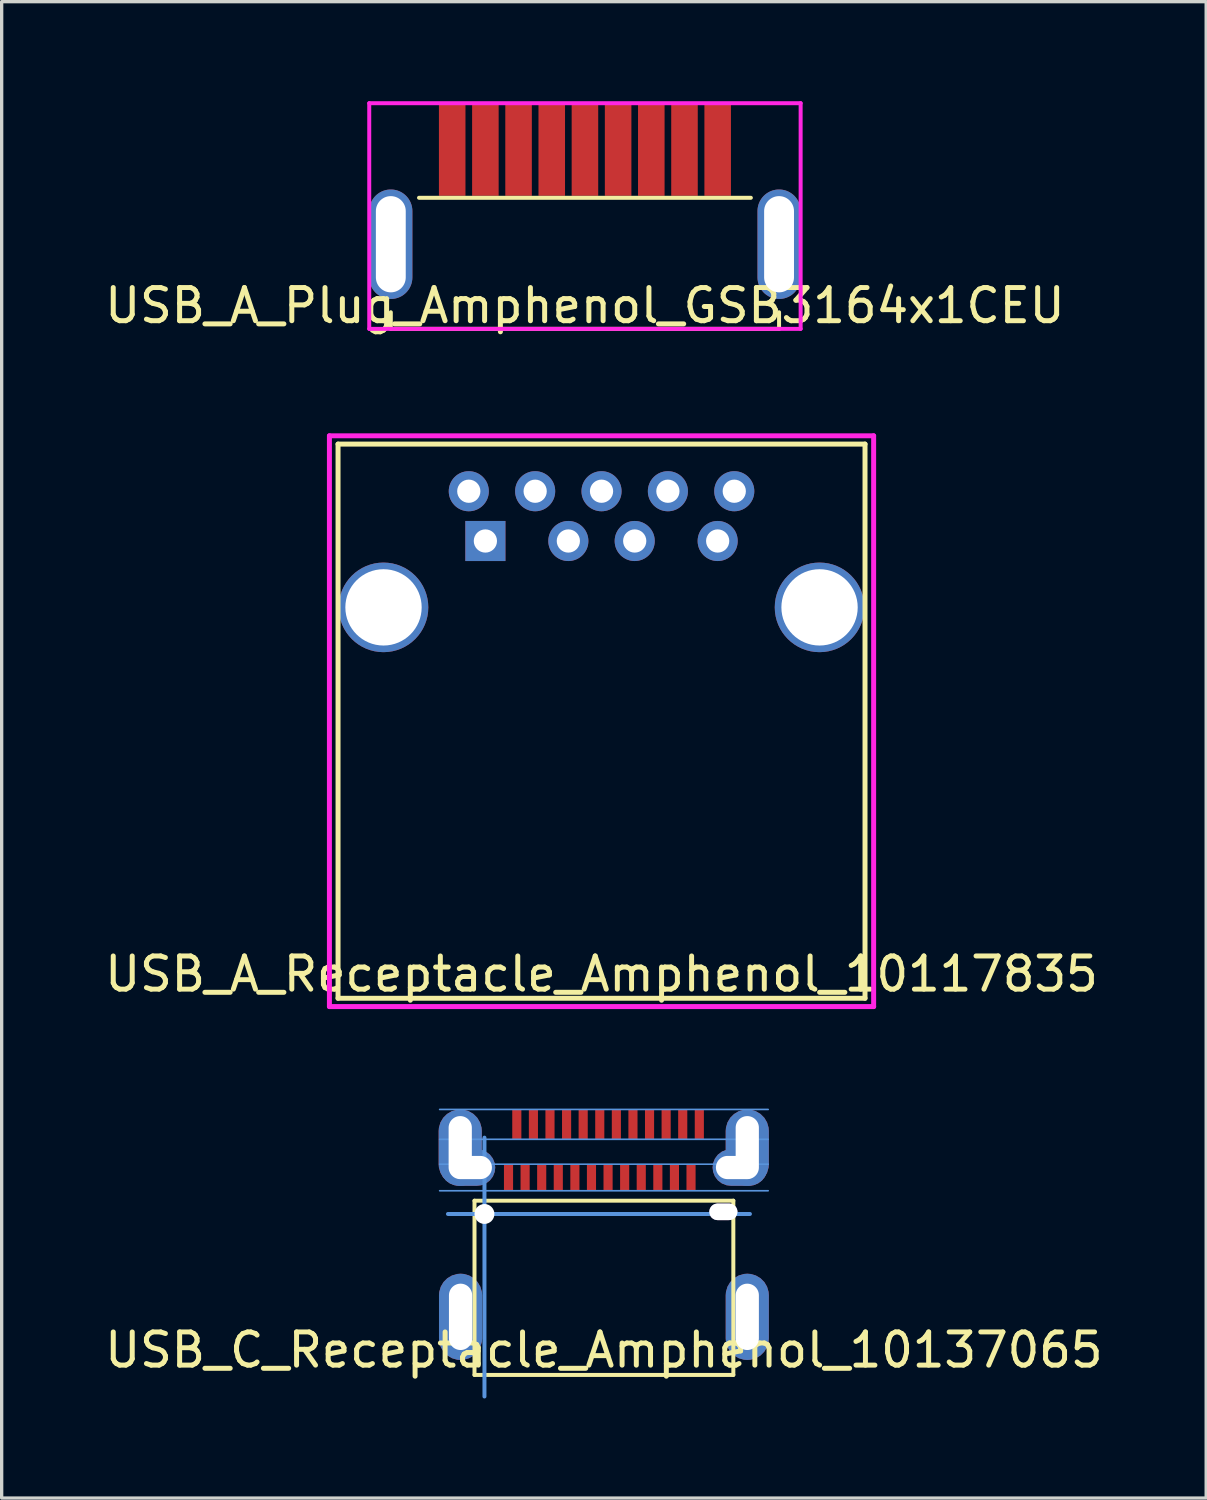
<source format=kicad_pcb>
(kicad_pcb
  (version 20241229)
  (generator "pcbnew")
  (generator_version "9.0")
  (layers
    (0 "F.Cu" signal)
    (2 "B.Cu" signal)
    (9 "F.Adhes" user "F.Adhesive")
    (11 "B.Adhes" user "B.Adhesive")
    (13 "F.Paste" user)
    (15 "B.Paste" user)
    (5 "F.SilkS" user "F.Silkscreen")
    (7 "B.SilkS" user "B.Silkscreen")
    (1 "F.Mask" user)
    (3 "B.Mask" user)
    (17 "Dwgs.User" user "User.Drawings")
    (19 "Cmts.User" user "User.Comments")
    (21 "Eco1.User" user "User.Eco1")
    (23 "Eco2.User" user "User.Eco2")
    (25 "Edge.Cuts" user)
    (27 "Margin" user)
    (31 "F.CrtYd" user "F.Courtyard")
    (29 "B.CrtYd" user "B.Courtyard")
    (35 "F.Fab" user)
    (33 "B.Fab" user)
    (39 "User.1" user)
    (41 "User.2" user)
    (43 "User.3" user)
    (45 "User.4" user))
  (footprint "USB_A_Receptacle_Amphenol_10117835"
    (layer "F.Cu")
    (at 15.077 18.683)
    (property "Reference" "USB_A_Receptacle_Amphenol_10117835" (at 0 7.62 0) (layer "F.SilkS") (effects (font (size 1 1) (thickness 0.15))))
    (attr through_hole)
    (fp_line (start -7.94 -8.35) (end 7.94 -8.35) (stroke (width 0.15) (type solid)) (layer "F.SilkS"))
    (fp_line (start -7.94 8.35) (end -7.94 -8.35) (stroke (width 0.15) (type solid)) (layer "F.SilkS"))
    (fp_line (start 7.94 -8.35) (end 7.94 8.35) (stroke (width 0.15) (type solid)) (layer "F.SilkS"))
    (fp_line (start 7.94 8.35) (end -7.94 8.35) (stroke (width 0.15) (type solid)) (layer "F.SilkS"))
    (fp_line (start -8.2 -8.6) (end 8.2 -8.6) (stroke (width 0.15) (type solid)) (layer "F.CrtYd"))
    (fp_line (start -8.2 8.6) (end -8.2 -8.6) (stroke (width 0.15) (type solid)) (layer "F.CrtYd"))
    (fp_line (start 8.2 -8.6) (end 8.2 8.6) (stroke (width 0.15) (type solid)) (layer "F.CrtYd"))
    (fp_line (start 8.2 8.6) (end -8.2 8.6) (stroke (width 0.15) (type solid)) (layer "F.CrtYd"))
    (pad "1" thru_hole rect (at -3.5 -5.43) (size 1.208 1.208) (drill 0.7) (layers "*.Cu" "*.Mask"))
    (pad "2" thru_hole circle (at -1 -5.43) (size 1.208 1.208) (drill 0.7) (layers "*.Cu" "*.Mask"))
    (pad "3" thru_hole circle (at 1 -5.43) (size 1.208 1.208) (drill 0.7) (layers "*.Cu" "*.Mask"))
    (pad "4" thru_hole circle (at 3.5 -5.43) (size 1.208 1.208) (drill 0.7) (layers "*.Cu" "*.Mask"))
    (pad "5" thru_hole circle (at 4 -6.93) (size 1.208 1.208) (drill 0.7) (layers "*.Cu" "*.Mask"))
    (pad "6" thru_hole circle (at 2 -6.93) (size 1.208 1.208) (drill 0.7) (layers "*.Cu" "*.Mask"))
    (pad "7" thru_hole circle (at 0 -6.93) (size 1.208 1.208) (drill 0.7) (layers "*.Cu" "*.Mask"))
    (pad "8" thru_hole circle (at -2 -6.93) (size 1.208 1.208) (drill 0.7) (layers "*.Cu" "*.Mask"))
    (pad "9" thru_hole circle (at -4 -6.93) (size 1.208 1.208) (drill 0.7) (layers "*.Cu" "*.Mask"))
    (pad "10" thru_hole circle (at -6.57 -3.43) (size 2.7 2.7) (drill 2.3) (layers "*.Cu" "*.Mask"))
    (pad "10" thru_hole circle (at 6.57 -3.43) (size 2.7 2.7) (drill 2.3) (layers "*.Cu" "*.Mask")))
  (footprint "USB_A_Plug_Amphenol_GSB3164x1CEU"
    (layer "F.Cu")
    (at 14.577 4.31)
    (property "Reference" "USB_A_Plug_Amphenol_GSB3164x1CEU" (at 0 1.85 0) (layer "F.SilkS") (effects (font (size 1 1) (thickness 0.15))))
    (attr smd)
    (fp_line (start -5.85 2.55) (end -5.85 2.05) (stroke (width 0.12) (type solid)) (layer "F.SilkS"))
    (fp_line (start -5.85 2.55) (end 5.85 2.55) (stroke (width 0.12) (type solid)) (layer "F.SilkS"))
    (fp_line (start -5 -1.4) (end 5 -1.4) (stroke (width 0.12) (type solid)) (layer "F.SilkS"))
    (fp_line (start 5.85 2.55) (end 5.85 2.05) (stroke (width 0.12) (type solid)) (layer "F.SilkS"))
    (fp_line (start -6.5 -4.25) (end -6.5 2.55) (stroke (width 0.12) (type solid)) (layer "F.CrtYd"))
    (fp_line (start -6.5 2.55) (end 6.5 2.55) (stroke (width 0.12) (type solid)) (layer "F.CrtYd"))
    (fp_line (start 6.5 -4.25) (end -6.5 -4.25) (stroke (width 0.12) (type solid)) (layer "F.CrtYd"))
    (fp_line (start 6.5 2.55) (end 6.5 -4.25) (stroke (width 0.12) (type solid)) (layer "F.CrtYd"))
    (pad "1" smd rect (at 3 -2.85) (size 0.8 2.78) (layers "F.Cu" "F.Mask" "F.Paste"))
    (pad "2" smd rect (at 1 -2.85) (size 0.8 2.78) (layers "F.Cu" "F.Mask" "F.Paste"))
    (pad "3" smd rect (at -1 -2.85) (size 0.8 2.78) (layers "F.Cu" "F.Mask" "F.Paste"))
    (pad "4" smd rect (at -3 -2.85) (size 0.8 2.78) (layers "F.Cu" "F.Mask" "F.Paste"))
    (pad "5" smd rect (at -4 -2.85) (size 0.8 2.78) (layers "F.Cu" "F.Mask" "F.Paste"))
    (pad "6" smd rect (at -2 -2.85) (size 0.8 2.78) (layers "F.Cu" "F.Mask" "F.Paste"))
    (pad "7" smd rect (at 0 -2.85) (size 0.8 2.78) (layers "F.Cu" "F.Mask" "F.Paste"))
    (pad "8" smd rect (at 2 -2.85) (size 0.8 2.78) (layers "F.Cu" "F.Mask" "F.Paste"))
    (pad "9" smd rect (at 4 -2.85) (size 0.8 2.78) (layers "F.Cu" "F.Mask" "F.Paste"))
    (pad "10" thru_hole oval (at -5.85 0) (size 1.3 3.3) (drill oval 0.9 2.9) (layers "*.Cu" "*.Mask"))
    (pad "10" thru_hole oval (at 5.85 0) (size 1.3 3.3) (drill oval 0.9 2.9) (layers "*.Cu" "*.Mask")))
  (footprint "USB_C_Receptacle_Amphenol_10137065"
    (layer "F.Cu")
    (at 15.149 36.633)
    (property "Reference" "USB_C_Receptacle_Amphenol_10137065" (at 0 1 0) (layer "F.SilkS") (effects (font (size 1 1) (thickness 0.15))))
    (attr smd)
    (fp_line (start -3.9 -3.5) (end 3.9 -3.5) (stroke (width 0.12) (type solid)) (layer "F.SilkS"))
    (fp_line (start -3.9 1.75) (end -3.9 -3.5) (stroke (width 0.12) (type solid)) (layer "F.SilkS"))
    (fp_line (start 3.9 -3.5) (end 3.9 1.75) (stroke (width 0.12) (type solid)) (layer "F.SilkS"))
    (fp_line (start 3.9 1.75) (end -3.9 1.75) (stroke (width 0.12) (type solid)) (layer "F.SilkS"))
    (fp_line (start -4.7 -3.1) (end 4.4 -3.1) (stroke (width 0.12) (type solid)) (layer "Cmts.User"))
    (fp_line (start -3.6 -5.4) (end -3.6 2.4) (stroke (width 0.12) (type solid)) (layer "Cmts.User"))
    (fp_line (start 4.95 -6.25) (end -4.95 -6.25) (stroke (width 0.05) (type solid)) (layer "Cmts.User"))
    (fp_line (start 4.95 -5.35) (end -4.95 -5.35) (stroke (width 0.05) (type solid)) (layer "Cmts.User"))
    (fp_line (start 4.95 -4.6) (end -4.95 -4.6) (stroke (width 0.05) (type solid)) (layer "Cmts.User"))
    (fp_line (start 4.95 -3.8) (end -4.95 -3.8) (stroke (width 0.05) (type solid)) (layer "Cmts.User"))
    (pad "" np_thru_hole circle (at -3.6 -3.1) (size 0.6 0.6) (drill 0.6) (layers "*.Cu" "*.Mask"))
    (pad "" np_thru_hole roundrect (at 3.6 -3.165) (size 0.85 0.5) (drill oval 0.85 0.5) (layers "*.Cu" "*.Mask") (roundrect_rratio 0.5))
    (pad "A1" smd rect (at -2.625 -5.8) (size 0.275 0.9) (layers "F.Cu" "F.Mask" "F.Paste"))
    (pad "A2" smd rect (at -2.125 -5.8) (size 0.275 0.9) (layers "F.Cu" "F.Mask" "F.Paste"))
    (pad "A3" smd rect (at -1.625 -5.8) (size 0.275 0.9) (layers "F.Cu" "F.Mask" "F.Paste"))
    (pad "A4" smd rect (at -1.125 -5.8) (size 0.275 0.9) (layers "F.Cu" "F.Mask" "F.Paste"))
    (pad "A5" smd rect (at -0.625 -5.8) (size 0.275 0.9) (layers "F.Cu" "F.Mask" "F.Paste"))
    (pad "A6" smd rect (at -0.125 -5.8) (size 0.275 0.9) (layers "F.Cu" "F.Mask" "F.Paste"))
    (pad "A7" smd rect (at 0.375 -5.8) (size 0.275 0.9) (layers "F.Cu" "F.Mask" "F.Paste"))
    (pad "A8" smd rect (at 0.875 -5.8) (size 0.275 0.9) (layers "F.Cu" "F.Mask" "F.Paste"))
    (pad "A9" smd rect (at 1.375 -5.8) (size 0.275 0.9) (layers "F.Cu" "F.Mask" "F.Paste"))
    (pad "A10" smd rect (at 1.875 -5.8) (size 0.275 0.9) (layers "F.Cu" "F.Mask" "F.Paste"))
    (pad "A11" smd rect (at 2.375 -5.8) (size 0.275 0.9) (layers "F.Cu" "F.Mask" "F.Paste"))
    (pad "A12" smd rect (at 2.875 -5.8) (size 0.275 0.9) (layers "F.Cu" "F.Mask" "F.Paste"))
    (pad "B1" smd rect (at 2.625 -4.2) (size 0.275 0.8) (layers "F.Cu" "F.Mask" "F.Paste"))
    (pad "B2" smd rect (at 2.125 -4.2) (size 0.275 0.8) (layers "F.Cu" "F.Mask" "F.Paste"))
    (pad "B3" smd rect (at 1.625 -4.2) (size 0.275 0.8) (layers "F.Cu" "F.Mask" "F.Paste"))
    (pad "B4" smd rect (at 1.125 -4.2) (size 0.275 0.8) (layers "F.Cu" "F.Mask" "F.Paste"))
    (pad "B5" smd rect (at 0.625 -4.2) (size 0.275 0.8) (layers "F.Cu" "F.Mask" "F.Paste"))
    (pad "B6" smd rect (at 0.125 -4.2) (size 0.275 0.8) (layers "F.Cu" "F.Mask" "F.Paste"))
    (pad "B7" smd rect (at -0.375 -4.2) (size 0.275 0.8) (layers "F.Cu" "F.Mask" "F.Paste"))
    (pad "B8" smd rect (at -0.875 -4.2) (size 0.275 0.8) (layers "F.Cu" "F.Mask" "F.Paste"))
    (pad "B9" smd rect (at -1.375 -4.2) (size 0.275 0.8) (layers "F.Cu" "F.Mask" "F.Paste"))
    (pad "B10" smd rect (at -1.875 -4.2) (size 0.275 0.8) (layers "F.Cu" "F.Mask" "F.Paste"))
    (pad "B11" smd rect (at -2.375 -4.2) (size 0.275 0.8) (layers "F.Cu" "F.Mask" "F.Paste"))
    (pad "B12" smd rect (at -2.875 -4.2) (size 0.275 0.8) (layers "F.Cu" "F.Mask" "F.Paste"))
    (pad "S1" thru_hole roundrect (at -4.33 -5.1) (size 1.3 2.3) (drill oval 0.7 1.9) (layers "*.Cu" "*.Mask") (roundrect_rratio 0.5))
    (pad "S1" thru_hole roundrect (at -4.32 0) (size 1.3 2.6) (drill oval 0.7 2) (layers "*.Cu" "*.Mask") (roundrect_rratio 0.5))
    (pad "S1" thru_hole roundrect (at -4 -4.5) (size 1.65 1.1) (drill oval 1.25 0.7 (offset -0.1 0)) (layers "*.Cu" "*.Mask") (roundrect_rratio 0.5))
    (pad "S1" thru_hole roundrect (at 4 -4.5) (size 1.65 1.1) (drill oval 1.25 0.7 (offset 0.1 0)) (layers "*.Cu" "*.Mask") (roundrect_rratio 0.5))
    (pad "S1" thru_hole roundrect (at 4.32 -5.1) (size 1.3 2.3) (drill oval 0.7 1.9) (layers "*.Cu" "*.Mask") (roundrect_rratio 0.5))
    (pad "S1" thru_hole roundrect (at 4.32 0) (size 1.3 2.6) (drill oval 0.7 2) (layers "*.Cu" "*.Mask") (roundrect_rratio 0.5)))
  (gr_rect
    (start -3 -3)
    (end 33.298 42.093)
    (stroke (width 0.1) (type default))
    (fill no)
    (layer "Edge.Cuts")))
</source>
